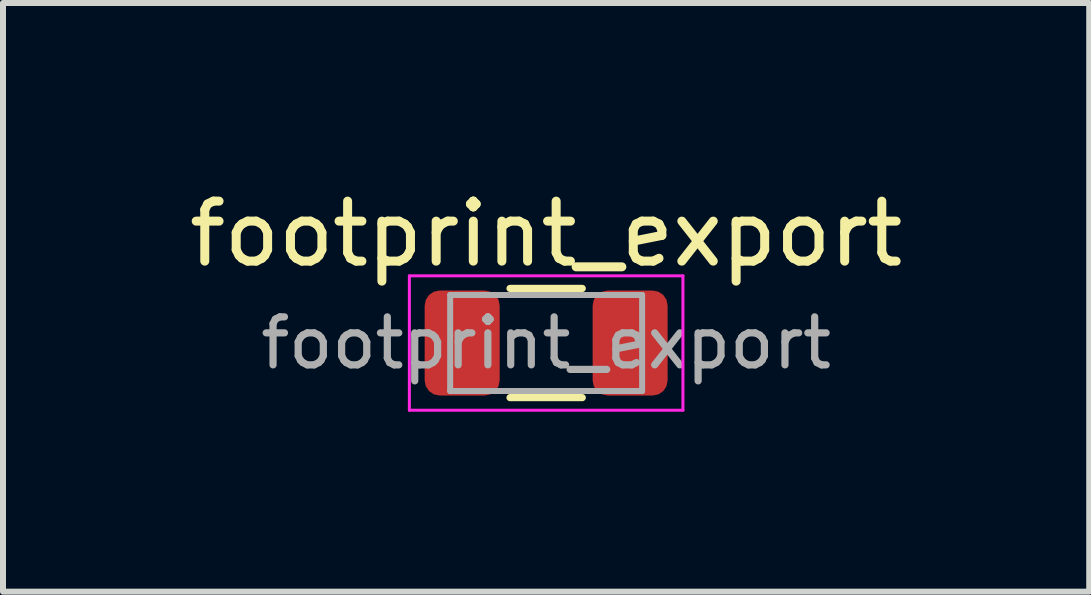
<source format=kicad_pcb>
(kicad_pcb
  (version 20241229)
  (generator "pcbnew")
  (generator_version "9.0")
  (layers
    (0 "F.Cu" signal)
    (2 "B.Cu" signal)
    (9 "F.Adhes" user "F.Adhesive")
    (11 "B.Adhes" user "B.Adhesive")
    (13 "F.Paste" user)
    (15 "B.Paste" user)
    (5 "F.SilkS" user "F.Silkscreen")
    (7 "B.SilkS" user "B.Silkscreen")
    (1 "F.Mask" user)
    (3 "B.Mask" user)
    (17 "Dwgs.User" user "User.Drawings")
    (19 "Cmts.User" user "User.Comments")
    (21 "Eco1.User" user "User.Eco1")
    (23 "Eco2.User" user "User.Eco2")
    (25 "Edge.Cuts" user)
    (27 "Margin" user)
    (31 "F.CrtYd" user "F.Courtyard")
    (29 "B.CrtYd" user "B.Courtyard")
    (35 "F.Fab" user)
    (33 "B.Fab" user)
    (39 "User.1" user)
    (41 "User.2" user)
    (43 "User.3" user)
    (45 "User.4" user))
  (footprint "footprint_export"
    (layer "F.Cu")
    (at 6.054 2.668)
    (property "Reference" "footprint_export" (at 0 -1.82 0) (layer "F.SilkS") (effects (font (size 1 1) (thickness 0.15))))
    (attr smd)
    (fp_line (start -0.602 -0.91) (end 0.602 -0.91) (stroke (width 0.12) (type solid)) (layer "F.SilkS"))
    (fp_line (start -0.602 0.91) (end 0.602 0.91) (stroke (width 0.12) (type solid)) (layer "F.SilkS"))
    (fp_line (start -2.28 -1.12) (end 2.28 -1.12) (stroke (width 0.05) (type solid)) (layer "F.CrtYd"))
    (fp_line (start -2.28 1.12) (end -2.28 -1.12) (stroke (width 0.05) (type solid)) (layer "F.CrtYd"))
    (fp_line (start 2.28 -1.12) (end 2.28 1.12) (stroke (width 0.05) (type solid)) (layer "F.CrtYd"))
    (fp_line (start 2.28 1.12) (end -2.28 1.12) (stroke (width 0.05) (type solid)) (layer "F.CrtYd"))
    (fp_line (start -1.6 -0.8) (end 1.6 -0.8) (stroke (width 0.1) (type solid)) (layer "F.Fab"))
    (fp_line (start -1.6 0.8) (end -1.6 -0.8) (stroke (width 0.1) (type solid)) (layer "F.Fab"))
    (fp_line (start 1.6 -0.8) (end 1.6 0.8) (stroke (width 0.1) (type solid)) (layer "F.Fab"))
    (fp_line (start 1.6 0.8) (end -1.6 0.8) (stroke (width 0.1) (type solid)) (layer "F.Fab"))
    (fp_text user "${REFERENCE}" (at 0 0 0) (layer "F.Fab") (effects (font (size 0.8 0.8) (thickness 0.12))))
    (pad "1" smd roundrect (at -1.4 0) (size 1.25 1.75) (layers "F.Cu" "F.Mask" "F.Paste") (roundrect_rratio 0.2))
    (pad "2" smd roundrect (at 1.4 0) (size 1.25 1.75) (layers "F.Cu" "F.Mask" "F.Paste") (roundrect_rratio 0.2)))
  (gr_rect
    (start -3 -3)
    (end 15.107 6.813)
    (stroke (width 0.1) (type default))
    (fill no)
    (layer "Edge.Cuts")))
</source>
